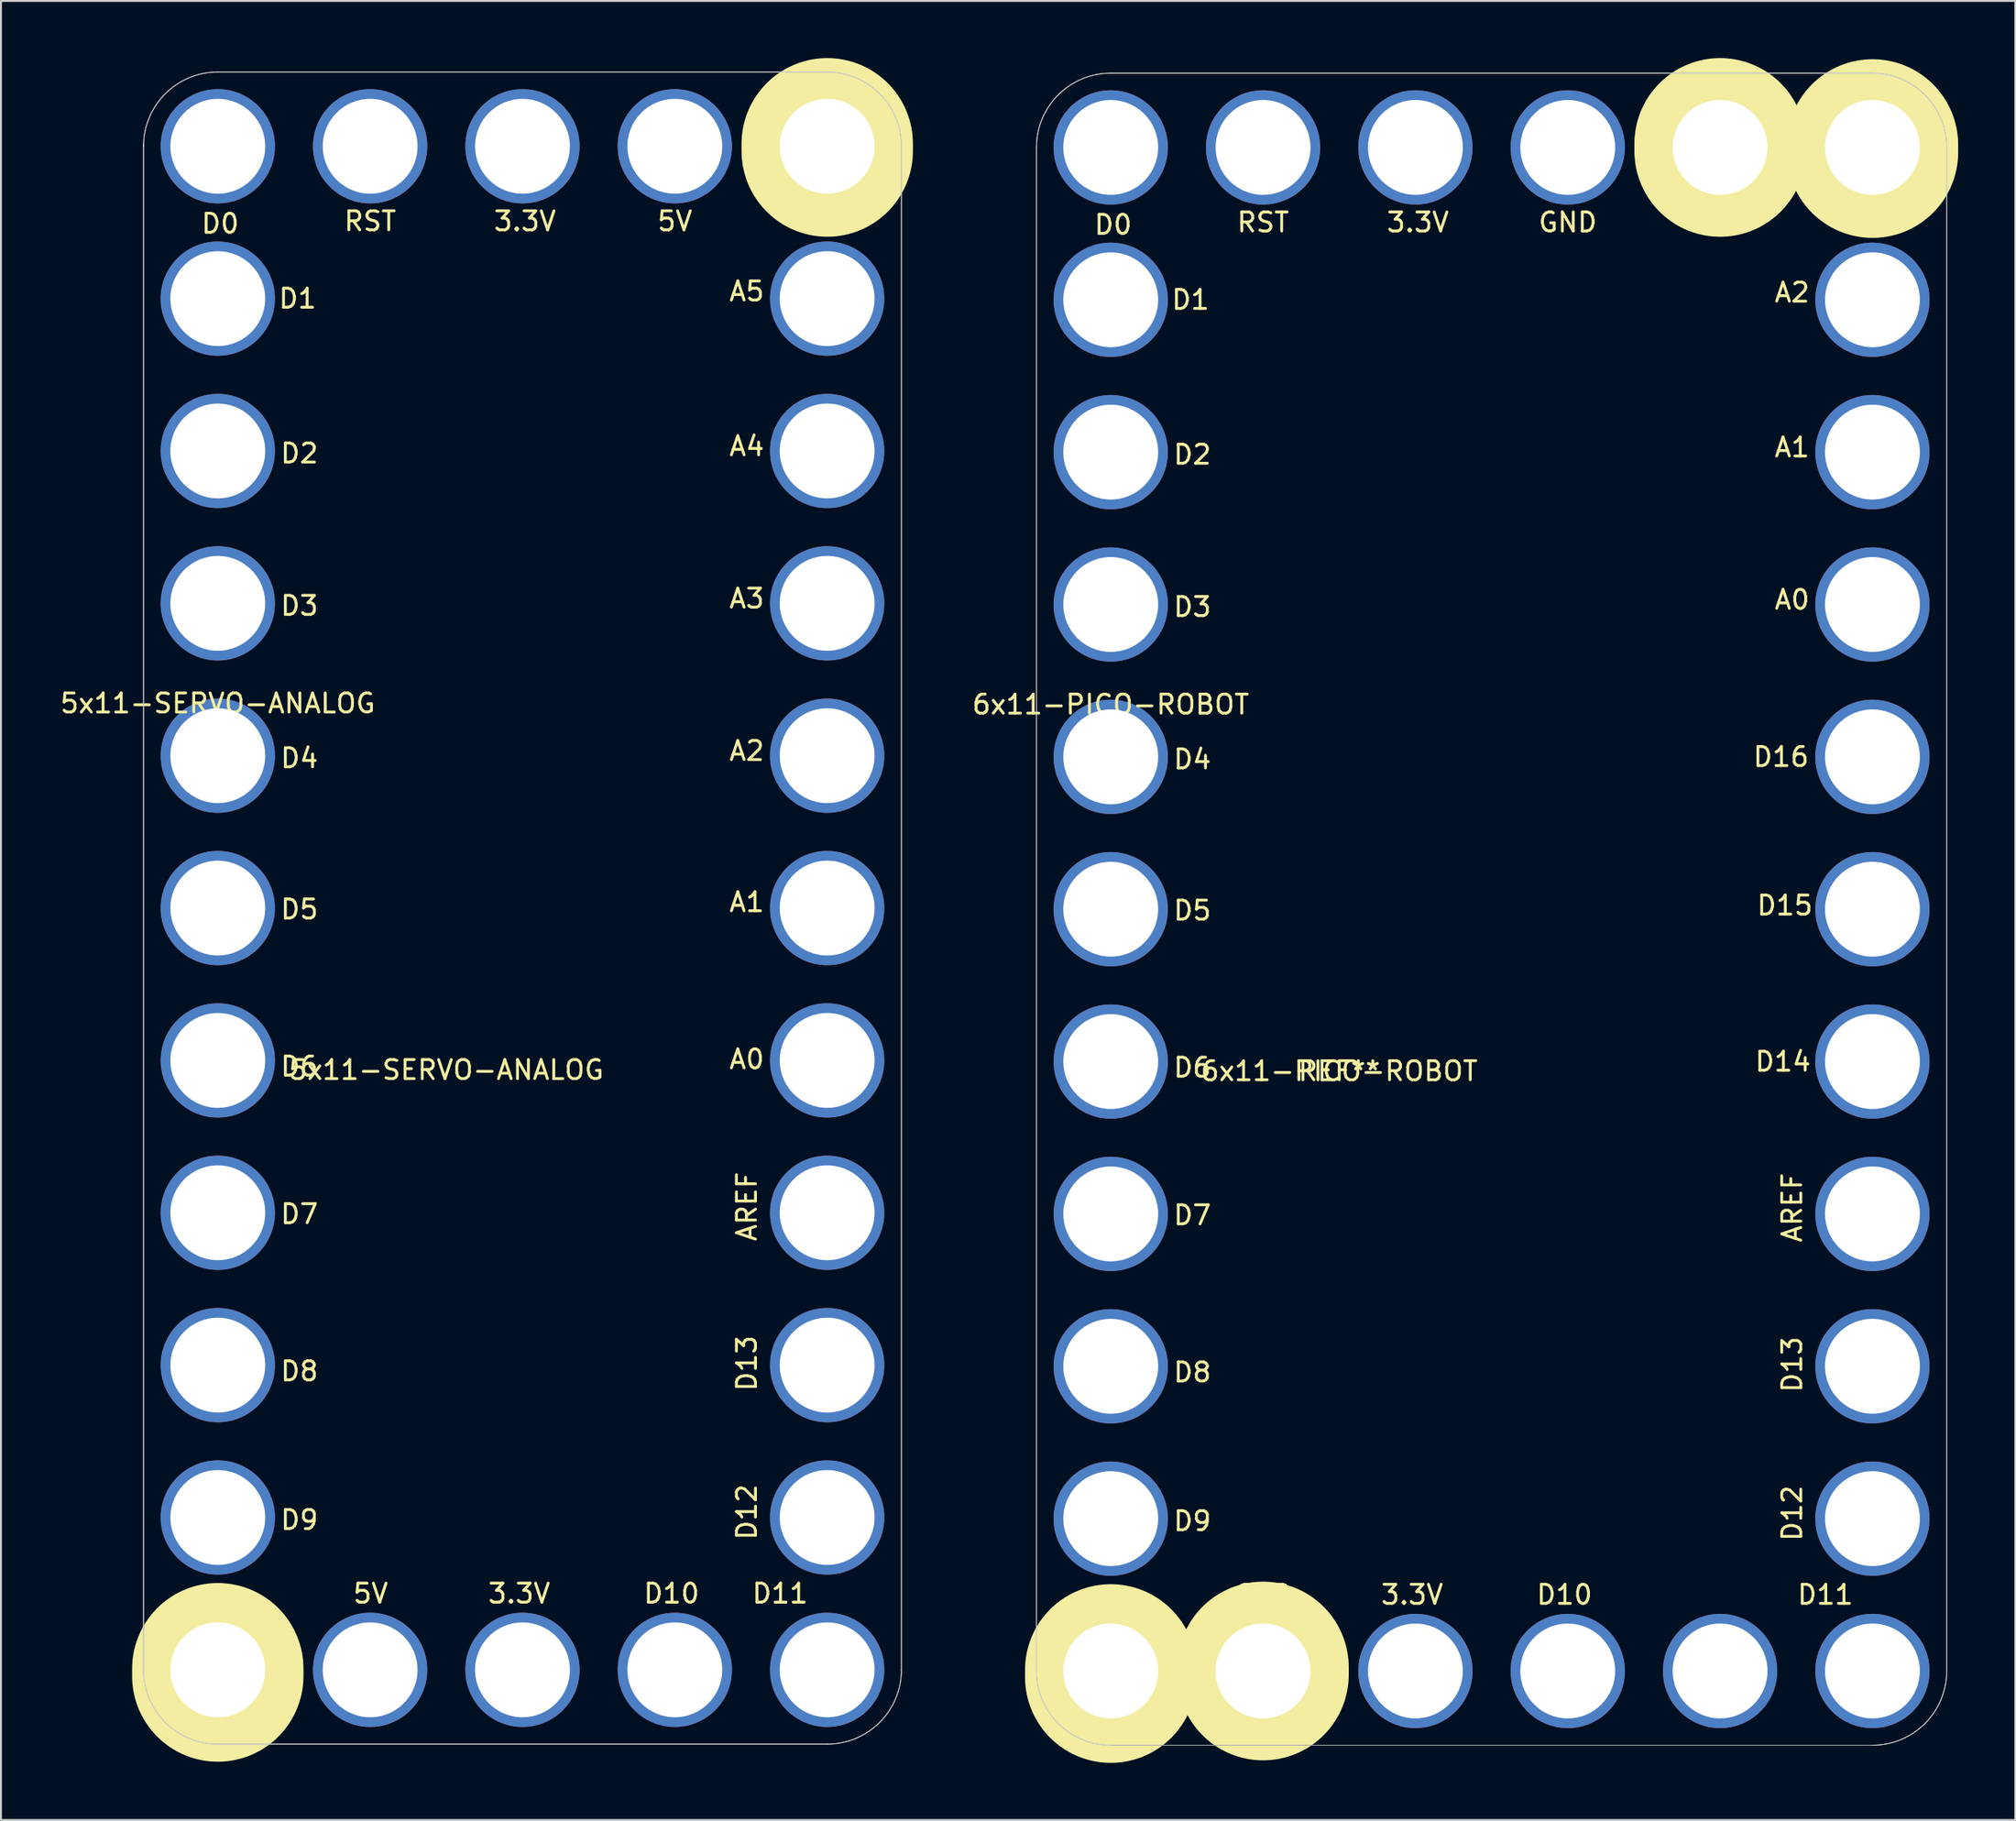
<source format=kicad_pcb>
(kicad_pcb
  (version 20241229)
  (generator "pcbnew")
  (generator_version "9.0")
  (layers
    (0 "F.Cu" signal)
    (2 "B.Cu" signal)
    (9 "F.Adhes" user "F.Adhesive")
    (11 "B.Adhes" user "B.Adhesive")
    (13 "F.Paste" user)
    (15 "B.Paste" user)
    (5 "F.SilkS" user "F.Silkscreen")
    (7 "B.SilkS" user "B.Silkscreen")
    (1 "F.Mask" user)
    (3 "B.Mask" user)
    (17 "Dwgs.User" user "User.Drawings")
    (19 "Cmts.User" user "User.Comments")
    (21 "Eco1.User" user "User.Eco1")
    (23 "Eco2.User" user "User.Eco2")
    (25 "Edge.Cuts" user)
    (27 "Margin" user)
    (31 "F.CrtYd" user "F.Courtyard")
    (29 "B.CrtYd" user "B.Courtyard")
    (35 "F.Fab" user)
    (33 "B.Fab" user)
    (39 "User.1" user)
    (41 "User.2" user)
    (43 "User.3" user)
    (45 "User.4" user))
  (footprint "5x11-SERVO-ANALOG"
    (layer "F.Cu")
    (at 20.387 52.631)
    (property "Reference" "5x11-SERVO-ANALOG" (at 0 0.5 0) (layer "F.SilkS") (effects (font (size 1 1) (thickness 0.15))))
    (attr through_hole)
    (fp_line (start -12 31.942) (end -12 32.324) (stroke (width 9) (type solid)) (layer "F.SilkS"))
    (fp_line (start 20.004 -48.131) (end 20.004 -47.75) (stroke (width 9) (type solid)) (layer "F.SilkS"))
    (fp_line (start -15.9 -48.1) (end -15.9 32) (stroke (width 0.041) (type solid)) (layer "Edge.Cuts"))
    (fp_line (start -12 35.9) (end 20 35.9) (stroke (width 0.041) (type solid)) (layer "Edge.Cuts"))
    (fp_line (start 20 -51.9) (end -12 -51.9) (stroke (width 0.041) (type solid)) (layer "Edge.Cuts"))
    (fp_line (start 23.9 32) (end 23.9 -48) (stroke (width 0.041) (type solid)) (layer "Edge.Cuts"))
    (fp_arc (start -15.9 -48) (mid -14.757716 -50.757716) (end -12 -51.9) (stroke (width 0.04064) (type solid)) (layer "Edge.Cuts"))
    (fp_arc (start -12 35.9) (mid -14.755309 34.760122) (end -15.899994 32.006807) (stroke (width 0.04064) (type solid)) (layer "Edge.Cuts"))
    (fp_arc (start 20 -51.9) (mid 22.755309 -50.760122) (end 23.899994 -48.006807) (stroke (width 0.04064) (type solid)) (layer "Edge.Cuts"))
    (fp_arc (start 23.9 32) (mid 22.757716 34.757716) (end 20 35.9) (stroke (width 0.04064) (type solid)) (layer "Edge.Cuts"))
    (fp_line (start -15.9 -48) (end -15.9 32) (stroke (width 0.041) (type solid)) (layer "F.Fab"))
    (fp_line (start -12 35.9) (end 20 35.9) (stroke (width 0.041) (type solid)) (layer "F.Fab"))
    (fp_line (start 20 -51.9) (end -12 -51.9) (stroke (width 0.041) (type solid)) (layer "F.Fab"))
    (fp_line (start 23.9 32) (end 23.9 -48) (stroke (width 0.041) (type solid)) (layer "F.Fab"))
    (fp_arc (start -15.9 -48) (mid -14.757716 -50.757716) (end -12 -51.9) (stroke (width 0.04064) (type solid)) (layer "F.Fab"))
    (fp_arc (start -12 35.9) (mid -14.755309 34.760122) (end -15.899994 32.006807) (stroke (width 0.04064) (type solid)) (layer "F.Fab"))
    (fp_arc (start 20 -51.9) (mid 22.755309 -50.760122) (end 23.899994 -48.006807) (stroke (width 0.04064) (type solid)) (layer "F.Fab"))
    (fp_arc (start 23.9 32) (mid 22.757716 34.757716) (end 20 35.9) (stroke (width 0.04064) (type solid)) (layer "F.Fab"))
    (fp_text user "AREF" (at 15.781 7.666 270) (layer "F.SilkS") (effects (font (size 1 1) (thickness 0.15))))
    (fp_text user "D5" (at -7.714 -7.933 0) (layer "F.SilkS") (effects (font (size 1 1) (thickness 0.15))))
    (fp_text user "RST" (at -3.999 -44.067 0) (layer "F.SilkS") (effects (font (size 1 1) (thickness 0.15))))
    (fp_text user "D4" (at -7.714 -15.873 0) (layer "F.SilkS") (effects (font (size 1 1) (thickness 0.15))))
    (fp_text user "D11" (at 17.527 27.992 0) (layer "F.SilkS") (effects (font (size 1 1) (thickness 0.15))))
    (fp_text user "D8" (at -7.714 16.317 0) (layer "F.SilkS") (effects (font (size 1 1) (thickness 0.15))))
    (fp_text user "D9" (at -7.714 24.127 0) (layer "F.SilkS") (effects (font (size 1 1) (thickness 0.15))))
    (fp_text user "A5" (at 15.781 -40.384 180) (layer "F.SilkS") (effects (font (size 1 1) (thickness 0.15))))
    (fp_text user "5V" (at -3.973 27.992 0) (layer "F.SilkS") (effects (font (size 1 1) (thickness 0.15))))
    (fp_text user "${REFERENCE}" (at -12 -18.75 0) (layer "F.SilkS") (effects (font (size 1 1) (thickness 0.15))))
    (fp_text user "D10" (at 11.827 27.992 0) (layer "F.SilkS") (effects (font (size 1 1) (thickness 0.15))))
    (fp_text user "D12" (at 15.781 23.716 90) (layer "F.SilkS") (effects (font (size 1 1) (thickness 0.15))))
    (fp_text user "D13" (at 15.781 15.906 270) (layer "F.SilkS") (effects (font (size 1 1) (thickness 0.15))))
    (fp_text user "D2" (at -7.714 -31.873 0) (layer "F.SilkS") (effects (font (size 1 1) (thickness 0.15))))
    (fp_text user "D1" (at -7.809 -40.003 180) (layer "F.SilkS") (effects (font (size 1 1) (thickness 0.15))))
    (fp_text user "D6" (at -7.714 0.317 0) (layer "F.SilkS") (effects (font (size 1 1) (thickness 0.15))))
    (fp_text user "A4" (at 15.781 -32.254 0) (layer "F.SilkS") (effects (font (size 1 1) (thickness 0.15))))
    (fp_text user "A3" (at 15.781 -24.254 180) (layer "F.SilkS") (effects (font (size 1 1) (thickness 0.15))))
    (fp_text user "3.3V" (at 4.129 -44.067 0) (layer "F.SilkS") (effects (font (size 1 1) (thickness 0.15))))
    (fp_text user "3.3V" (at 3.827 27.992 0) (layer "F.SilkS") (effects (font (size 1 1) (thickness 0.15))))
    (fp_text user "A2" (at 15.781 -16.254 180) (layer "F.SilkS") (effects (font (size 1 1) (thickness 0.15))))
    (fp_text user "D3" (at -7.714 -23.873 0) (layer "F.SilkS") (effects (font (size 1 1) (thickness 0.15))))
    (fp_text user "D0" (at -11.873 -43.94 0) (layer "F.SilkS") (effects (font (size 1 1) (thickness 0.15))))
    (fp_text user "D7" (at -7.714 8.067 0) (layer "F.SilkS") (effects (font (size 1 1) (thickness 0.15))))
    (fp_text user "A1" (at 15.781 -8.314 0) (layer "F.SilkS") (effects (font (size 1 1) (thickness 0.15))))
    (fp_text user "A0" (at 15.781 -0.064 180) (layer "F.SilkS") (effects (font (size 1 1) (thickness 0.15))))
    (fp_text user "5V" (at 12.003 -44.067 0) (layer "F.SilkS") (effects (font (size 1 1) (thickness 0.15))))
    (pad "3V" thru_hole circle (at 4 -48 90) (size 6 6) (drill 4.98) (layers "*.Cu" "*.Mask"))
    (pad "3V" thru_hole circle (at 4 32 90) (size 6 6) (drill 4.98) (layers "*.Cu" "*.Mask"))
    (pad "5V" thru_hole circle (at -4 32 90) (size 6 6) (drill 4.98) (layers "*.Cu" "*.Mask"))
    (pad "5V" thru_hole circle (at 12 -48 90) (size 6 6) (drill 4.98) (layers "*.Cu" "*.Mask"))
    (pad "A0" thru_hole circle (at 20 0 90) (size 6 6) (drill 4.98) (layers "*.Cu" "*.Mask"))
    (pad "A1" thru_hole circle (at 20 -8 90) (size 6 6) (drill 4.98) (layers "*.Cu" "*.Mask"))
    (pad "A2" thru_hole circle (at 20 -16 90) (size 6 6) (drill 4.98) (layers "*.Cu" "*.Mask"))
    (pad "A3" thru_hole circle (at 20 -24 90) (size 6 6) (drill 4.98) (layers "*.Cu" "*.Mask"))
    (pad "A4" thru_hole circle (at 20 -32 90) (size 6 6) (drill 4.98) (layers "*.Cu" "*.Mask"))
    (pad "A5" thru_hole circle (at 20 -40 90) (size 6 6) (drill 4.98) (layers "*.Cu" "*.Mask"))
    (pad "D2" thru_hole circle (at -12 -32 90) (size 6 6) (drill 4.98) (layers "*.Cu" "*.Mask"))
    (pad "D3" thru_hole circle (at -12 -24 90) (size 6 6) (drill 4.98) (layers "*.Cu" "*.Mask"))
    (pad "D4" thru_hole circle (at -11.999 -16 90) (size 6 6) (drill 4.98) (layers "*.Cu" "*.Mask"))
    (pad "D5" thru_hole circle (at -12 -8 90) (size 6 6) (drill 4.98) (layers "*.Cu" "*.Mask"))
    (pad "D6" thru_hole circle (at -11.999 0 90) (size 6 6) (drill 4.98) (layers "*.Cu" "*.Mask"))
    (pad "D7" thru_hole circle (at -11.999 8 90) (size 6 6) (drill 4.98) (layers "*.Cu" "*.Mask"))
    (pad "D8" thru_hole circle (at -11.999 16 90) (size 6 6) (drill 4.98) (layers "*.Cu" "*.Mask"))
    (pad "D9" thru_hole circle (at -11.999 24 90) (size 6 6) (drill 4.98) (layers "*.Cu" "*.Mask"))
    (pad "D10" thru_hole circle (at 12 32 90) (size 6 6) (drill 4.98) (layers "*.Cu" "*.Mask"))
    (pad "D11" thru_hole circle (at 20 32 90) (size 6 6) (drill 4.98) (layers "*.Cu" "*.Mask"))
    (pad "D12" thru_hole circle (at 20 24 90) (size 6 6) (drill 4.98) (layers "*.Cu" "*.Mask"))
    (pad "D13" thru_hole circle (at 20 16 90) (size 6 6) (drill 4.98) (layers "*.Cu" "*.Mask"))
    (pad "GND" thru_hole circle (at -11.999 32 90) (size 6 6) (drill 4.98) (layers "*.Cu" "*.Mask"))
    (pad "GND" thru_hole circle (at 20 -48 90) (size 6 6) (drill 4.98) (layers "*.Cu" "*.Mask"))
    (pad "REF" thru_hole circle (at 20 8 90) (size 6 6) (drill 4.98) (layers "*.Cu" "*.Mask"))
    (pad "RST" thru_hole circle (at -4 -48 90) (size 6 6) (drill 4.98) (layers "*.Cu" "*.Mask"))
    (pad "RX0" thru_hole circle (at -11.999 -48 90) (size 6 6) (drill 4.98) (layers "*.Cu" "*.Mask"))
    (pad "TX1" thru_hole circle (at -12 -40 90) (size 6 6) (drill 4.98) (layers "*.Cu" "*.Mask")))
  (footprint "6x11-PICO-ROBOT"
    (layer "F.Cu")
    (at 67.278 52.691)
    (property "Reference" "6x11-PICO-ROBOT" (at 0 0.5 0) (layer "F.SilkS") (effects (font (size 1 1) (thickness 0.15))))
    (attr through_hole)
    (fp_line (start -12 31.942) (end -12 32.324) (stroke (width 9) (type solid)) (layer "F.SilkS"))
    (fp_line (start -4 31.809) (end -4 32.191) (stroke (width 9) (type solid)) (layer "F.SilkS"))
    (fp_line (start 20 -48.191) (end 20 -47.809) (stroke (width 9) (type solid)) (layer "F.SilkS"))
    (fp_line (start 28.004 -48.131) (end 28.004 -47.75) (stroke (width 9) (type solid)) (layer "F.SilkS"))
    (fp_line (start -15.9 -48.1) (end -15.9 32) (stroke (width 0.041) (type solid)) (layer "Edge.Cuts"))
    (fp_line (start 28 -51.9) (end -12 -51.9) (stroke (width 0.041) (type solid)) (layer "Edge.Cuts"))
    (fp_line (start 31.9 32) (end 31.9 -48) (stroke (width 0.041) (type solid)) (layer "Edge.Cuts"))
    (fp_arc (start -15.9 -48) (mid -14.757716 -50.757716) (end -12 -51.9) (stroke (width 0.04064) (type solid)) (layer "Edge.Cuts"))
    (fp_arc (start -12 35.9) (mid -14.755309 34.760122) (end -15.899994 32.006807) (stroke (width 0.04064) (type solid)) (layer "Edge.Cuts"))
    (fp_arc (start 28 -51.9) (mid 30.755309 -50.760122) (end 31.899994 -48.006807) (stroke (width 0.04064) (type solid)) (layer "Edge.Cuts"))
    (fp_arc (start 31.9 32) (mid 30.757716 34.757716) (end 28 35.9) (stroke (width 0.04064) (type solid)) (layer "Edge.Cuts"))
    (fp_line (start -15.9 -48) (end -15.9 32) (stroke (width 0.041) (type solid)) (layer "F.Fab"))
    (fp_line (start -12 35.9) (end 28 35.9) (stroke (width 0.041) (type solid)) (layer "F.Fab"))
    (fp_line (start 28 -51.9) (end -12 -51.9) (stroke (width 0.041) (type solid)) (layer "F.Fab"))
    (fp_line (start 31.9 32) (end 31.9 -48) (stroke (width 0.041) (type solid)) (layer "F.Fab"))
    (fp_arc (start -15.9 -48) (mid -14.757716 -50.757716) (end -12 -51.9) (stroke (width 0.04064) (type solid)) (layer "F.Fab"))
    (fp_arc (start -12 35.9) (mid -14.755309 34.760122) (end -15.899994 32.006807) (stroke (width 0.04064) (type solid)) (layer "F.Fab"))
    (fp_arc (start 28 -51.9) (mid 30.755309 -50.760122) (end 31.899994 -48.006807) (stroke (width 0.04064) (type solid)) (layer "F.Fab"))
    (fp_arc (start 31.9 32) (mid 30.757716 34.757716) (end 28 35.9) (stroke (width 0.04064) (type solid)) (layer "F.Fab"))
    (fp_text user "3.3V" (at 4.129 -44.067 0) (layer "F.SilkS") (effects (font (size 1 1) (thickness 0.15))))
    (fp_text user "AREF" (at 23.781 7.666 270) (layer "F.SilkS") (effects (font (size 1 1) (thickness 0.15))))
    (fp_text user "GND" (at -3.973 27.992 0) (layer "F.SilkS") (effects (font (size 1 1) (thickness 0.15))))
    (fp_text user "A2" (at 23.781 -40.384 180) (layer "F.SilkS") (effects (font (size 1 1) (thickness 0.15))))
    (fp_text user "RST" (at -3.999 -44.067 0) (layer "F.SilkS") (effects (font (size 1 1) (thickness 0.15))))
    (fp_text user "REF**" (at 0 0.5 0) (layer "F.SilkS") (effects (font (size 1 1) (thickness 0.15))))
    (fp_text user "3.3V" (at 3.827 27.992 0) (layer "F.SilkS") (effects (font (size 1 1) (thickness 0.15))))
    (fp_text user "D11" (at 25.527 27.992 0) (layer "F.SilkS") (effects (font (size 1 1) (thickness 0.15))))
    (fp_text user "D16" (at 23.2 -16 180) (layer "F.SilkS") (effects (font (size 1 1) (thickness 0.15))))
    (fp_text user "D9" (at -7.714 24.127 0) (layer "F.SilkS") (effects (font (size 1 1) (thickness 0.15))))
    (fp_text user "D8" (at -7.714 16.317 0) (layer "F.SilkS") (effects (font (size 1 1) (thickness 0.15))))
    (fp_text user "D0" (at -11.873 -43.94 0) (layer "F.SilkS") (effects (font (size 1 1) (thickness 0.15))))
    (fp_text user "D10" (at 11.827 27.992 0) (layer "F.SilkS") (effects (font (size 1 1) (thickness 0.15))))
    (fp_text user "A1" (at 23.781 -32.254 0) (layer "F.SilkS") (effects (font (size 1 1) (thickness 0.15))))
    (fp_text user "D13" (at 23.781 15.906 270) (layer "F.SilkS") (effects (font (size 1 1) (thickness 0.15))))
    (fp_text user "D7" (at -7.714 8.067 0) (layer "F.SilkS") (effects (font (size 1 1) (thickness 0.15))))
    (fp_text user "A0" (at 23.781 -24.254 180) (layer "F.SilkS") (effects (font (size 1 1) (thickness 0.15))))
    (fp_text user "D2" (at -7.714 -31.873 0) (layer "F.SilkS") (effects (font (size 1 1) (thickness 0.15))))
    (fp_text user "D14" (at 23.3 0 180) (layer "F.SilkS") (effects (font (size 1 1) (thickness 0.15))))
    (fp_text user "${REFERENCE}" (at -12 -18.75 0) (layer "F.SilkS") (effects (font (size 1 1) (thickness 0.15))))
    (fp_text user "D15" (at 23.4 -8.2 0) (layer "F.SilkS") (effects (font (size 1 1) (thickness 0.15))))
    (fp_text user "D12" (at 23.781 23.716 90) (layer "F.SilkS") (effects (font (size 1 1) (thickness 0.15))))
    (fp_text user "D5" (at -7.714 -7.933 0) (layer "F.SilkS") (effects (font (size 1 1) (thickness 0.15))))
    (fp_text user "D6" (at -7.714 0.317 0) (layer "F.SilkS") (effects (font (size 1 1) (thickness 0.15))))
    (fp_text user "D3" (at -7.714 -23.873 0) (layer "F.SilkS") (effects (font (size 1 1) (thickness 0.15))))
    (fp_text user "GND" (at 12.003 -44.067 0) (layer "F.SilkS") (effects (font (size 1 1) (thickness 0.15))))
    (fp_text user "D4" (at -7.714 -15.873 0) (layer "F.SilkS") (effects (font (size 1 1) (thickness 0.15))))
    (fp_text user "D1" (at -7.809 -40.003 180) (layer "F.SilkS") (effects (font (size 1 1) (thickness 0.15))))
    (pad "3V" thru_hole circle (at -12 -48 90) (size 6 6) (drill 4.98) (layers "*.Cu" "*.Mask"))
    (pad "3V" thru_hole circle (at -4 -48 90) (size 6 6) (drill 4.98) (layers "*.Cu" "*.Mask"))
    (pad "3V" thru_hole circle (at 20 32 90) (size 6 6) (drill 4.98) (layers "*.Cu" "*.Mask"))
    (pad "3V" thru_hole circle (at 28 32 90) (size 6 6) (drill 4.98) (layers "*.Cu" "*.Mask"))
    (pad "A0" thru_hole circle (at 28 -24 90) (size 6 6) (drill 4.98) (layers "*.Cu" "*.Mask"))
    (pad "A1" thru_hole circle (at 28 -32 90) (size 6 6) (drill 4.98) (layers "*.Cu" "*.Mask"))
    (pad "A2" thru_hole circle (at 28 -40 90) (size 6 6) (drill 4.98) (layers "*.Cu" "*.Mask"))
    (pad "D2" thru_hole circle (at -12 -32 90) (size 6 6) (drill 4.98) (layers "*.Cu" "*.Mask"))
    (pad "D3" thru_hole circle (at -12 -24 90) (size 6 6) (drill 4.98) (layers "*.Cu" "*.Mask"))
    (pad "D4" thru_hole circle (at -11.999 -16 90) (size 6 6) (drill 4.98) (layers "*.Cu" "*.Mask"))
    (pad "D5" thru_hole circle (at -12 -8 90) (size 6 6) (drill 4.98) (layers "*.Cu" "*.Mask"))
    (pad "D6" thru_hole circle (at -11.999 0 90) (size 6 6) (drill 4.98) (layers "*.Cu" "*.Mask"))
    (pad "D7" thru_hole circle (at -11.999 8 90) (size 6 6) (drill 4.98) (layers "*.Cu" "*.Mask"))
    (pad "D8" thru_hole circle (at -11.999 16 90) (size 6 6) (drill 4.98) (layers "*.Cu" "*.Mask"))
    (pad "D9" thru_hole circle (at -11.999 24 90) (size 6 6) (drill 4.98) (layers "*.Cu" "*.Mask"))
    (pad "D10" thru_hole circle (at 4 32 90) (size 6 6) (drill 4.98) (layers "*.Cu" "*.Mask"))
    (pad "D11" thru_hole circle (at 12 32 90) (size 6 6) (drill 4.98) (layers "*.Cu" "*.Mask"))
    (pad "D12" thru_hole circle (at 28 24 90) (size 6 6) (drill 4.98) (layers "*.Cu" "*.Mask"))
    (pad "D13" thru_hole circle (at 28 16 90) (size 6 6) (drill 4.98) (layers "*.Cu" "*.Mask"))
    (pad "D14" thru_hole circle (at 28 0 90) (size 6 6) (drill 4.98) (layers "*.Cu" "*.Mask"))
    (pad "D15" thru_hole circle (at 28 -8 90) (size 6 6) (drill 4.98) (layers "*.Cu" "*.Mask"))
    (pad "D16" thru_hole circle (at 28 -16 90) (size 6 6) (drill 4.98) (layers "*.Cu" "*.Mask"))
    (pad "GND" thru_hole circle (at -11.999 32 90) (size 6 6) (drill 4.98) (layers "*.Cu" "*.Mask"))
    (pad "GND" thru_hole circle (at -4 32 90) (size 6 6) (drill 4.98) (layers "*.Cu" "*.Mask"))
    (pad "GND" thru_hole circle (at 20 -48 90) (size 6 6) (drill 4.98) (layers "*.Cu" "*.Mask"))
    (pad "GND" thru_hole circle (at 28 -48 90) (size 6 6) (drill 4.98) (layers "*.Cu" "*.Mask"))
    (pad "REF" thru_hole circle (at 12 -48 90) (size 6 6) (drill 4.98) (layers "*.Cu" "*.Mask"))
    (pad "RST" thru_hole circle (at 4 -48 90) (size 6 6) (drill 4.98) (layers "*.Cu" "*.Mask"))
    (pad "RX0" thru_hole circle (at 28 8 90) (size 6 6) (drill 4.98) (layers "*.Cu" "*.Mask"))
    (pad "TX1" thru_hole circle (at -12 -40 90) (size 6 6) (drill 4.98) (layers "*.Cu" "*.Mask")))
  (gr_rect
    (start -3 -3)
    (end 102.782 92.514)
    (stroke (width 0.1) (type default))
    (fill no)
    (layer "Edge.Cuts")))
</source>
